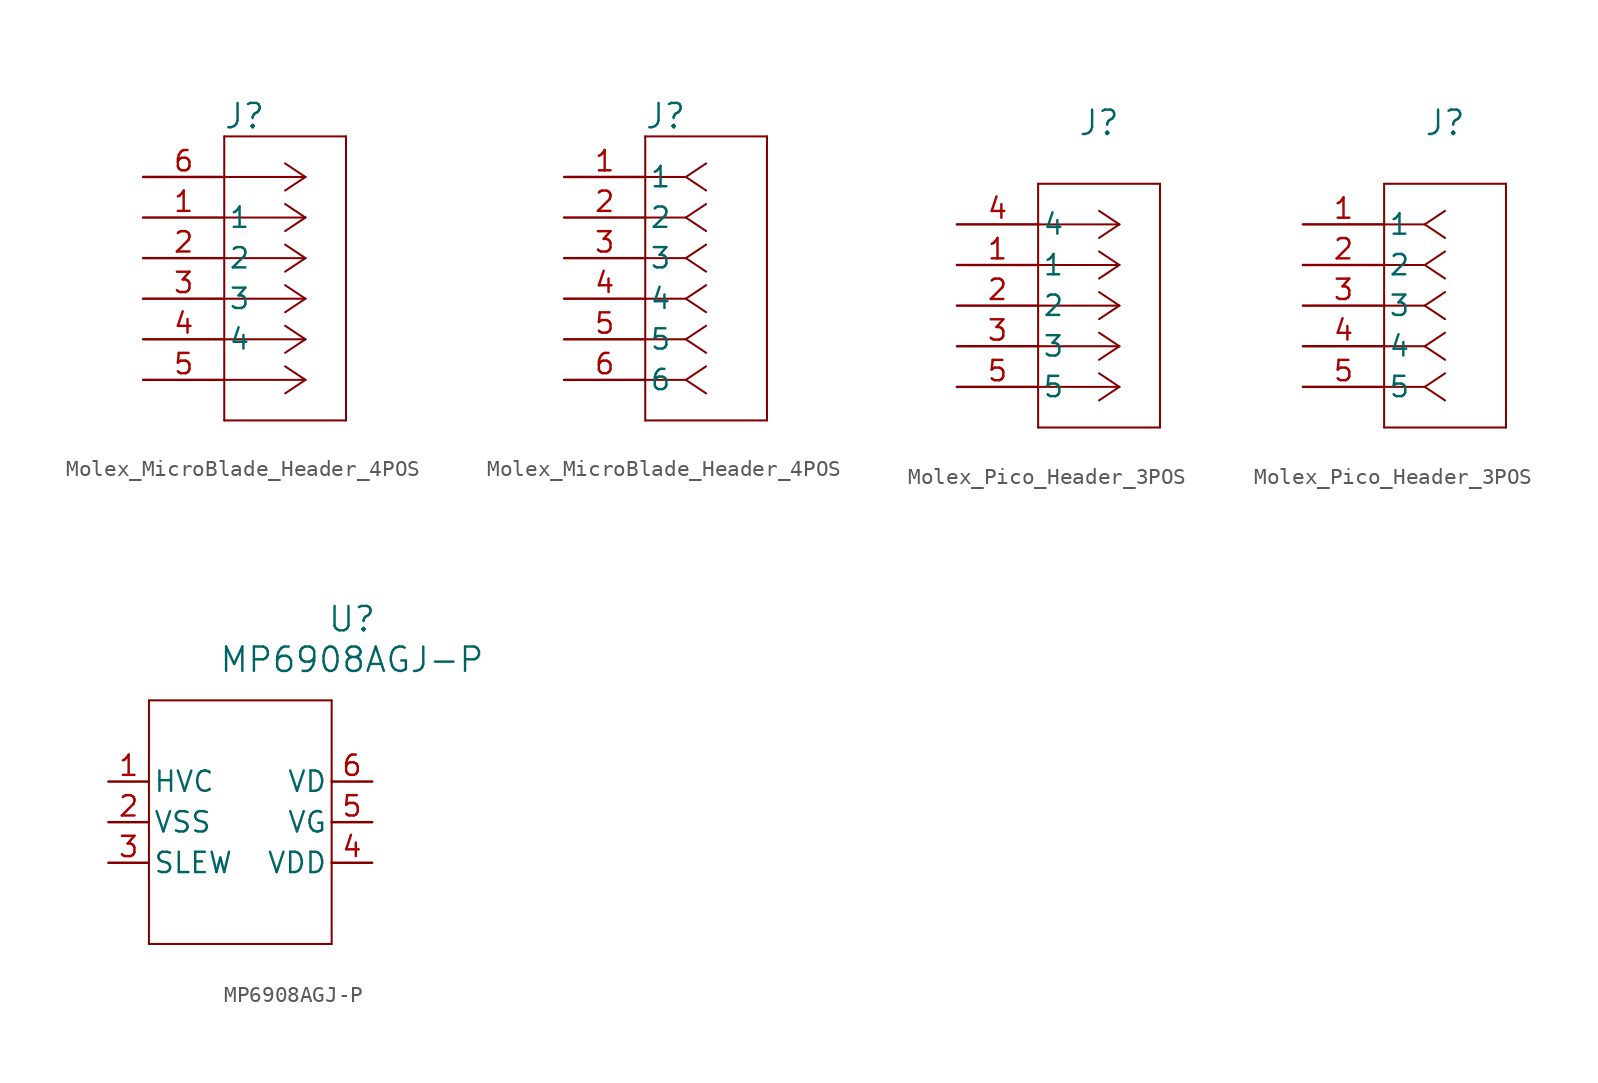
<source format=kicad_sym>
(kicad_symbol_lib
  (version 20241209)
  (generator "kicad_symbol_editor")
  (generator_version "9.0")
  (symbol "Molex_MicroBlade_Header_4POS"
    (pin_names
      (offset 0.254))
    (property "Reference" "J"
      (at 6.35 3.81 0)
      (effects (font (size 1.524 1.524))))
    (property "ki_locked" ""
      (at 0 0 0)
      (effects (font (size 1.27 1.27))))
    (symbol "Molex_MicroBlade_Header_4POS_1_1"
      (polyline (pts (xy 5.08 2.54) (xy 5.08 -15.24)) (stroke (width 0.127) (type default)) (fill (type none)))
      (polyline (pts (xy 5.08 -15.24) (xy 12.7 -15.24)) (stroke (width 0.127) (type default)) (fill (type none)))
      (polyline (pts (xy 10.16 0) (xy 5.08 0)) (stroke (width 0.127) (type default)) (fill (type none)))
      (polyline (pts (xy 10.16 0) (xy 8.89 0.847)) (stroke (width 0.127) (type default)) (fill (type none)))
      (polyline (pts (xy 10.16 0) (xy 8.89 -0.847)) (stroke (width 0.127) (type default)) (fill (type none)))
      (polyline (pts (xy 10.16 -2.54) (xy 5.08 -2.54)) (stroke (width 0.127) (type default)) (fill (type none)))
      (polyline (pts (xy 10.16 -2.54) (xy 8.89 -1.693)) (stroke (width 0.127) (type default)) (fill (type none)))
      (polyline (pts (xy 10.16 -2.54) (xy 8.89 -3.387)) (stroke (width 0.127) (type default)) (fill (type none)))
      (polyline (pts (xy 10.16 -5.08) (xy 5.08 -5.08)) (stroke (width 0.127) (type default)) (fill (type none)))
      (polyline (pts (xy 10.16 -5.08) (xy 8.89 -4.233)) (stroke (width 0.127) (type default)) (fill (type none)))
      (polyline (pts (xy 10.16 -5.08) (xy 8.89 -5.927)) (stroke (width 0.127) (type default)) (fill (type none)))
      (polyline (pts (xy 10.16 -7.62) (xy 5.08 -7.62)) (stroke (width 0.127) (type default)) (fill (type none)))
      (polyline (pts (xy 10.16 -7.62) (xy 8.89 -6.773)) (stroke (width 0.127) (type default)) (fill (type none)))
      (polyline (pts (xy 10.16 -7.62) (xy 8.89 -8.467)) (stroke (width 0.127) (type default)) (fill (type none)))
      (polyline (pts (xy 10.16 -10.16) (xy 5.08 -10.16)) (stroke (width 0.127) (type default)) (fill (type none)))
      (polyline (pts (xy 10.16 -10.16) (xy 8.89 -9.313)) (stroke (width 0.127) (type default)) (fill (type none)))
      (polyline (pts (xy 10.16 -10.16) (xy 8.89 -11.007)) (stroke (width 0.127) (type default)) (fill (type none)))
      (polyline (pts (xy 10.16 -12.7) (xy 5.08 -12.7)) (stroke (width 0.127) (type default)) (fill (type none)))
      (polyline (pts (xy 10.16 -12.7) (xy 8.89 -11.853)) (stroke (width 0.127) (type default)) (fill (type none)))
      (polyline (pts (xy 10.16 -12.7) (xy 8.89 -13.547)) (stroke (width 0.127) (type default)) (fill (type none)))
      (polyline (pts (xy 12.7 2.54) (xy 5.08 2.54)) (stroke (width 0.127) (type default)) (fill (type none)))
      (polyline (pts (xy 12.7 -15.24) (xy 12.7 2.54)) (stroke (width 0.127) (type default)) (fill (type none)))
      (pin unspecified line (at 0 0 0) (length 5.08) (name "" (effects (font (size 1.27 1.27)))) (number "6" (effects (font (size 1.27 1.27)))))
      (pin unspecified line (at 0 -2.54 0) (length 5.08) (name "1" (effects (font (size 1.27 1.27)))) (number "1" (effects (font (size 1.27 1.27)))))
      (pin unspecified line (at 0 -5.08 0) (length 5.08) (name "2" (effects (font (size 1.27 1.27)))) (number "2" (effects (font (size 1.27 1.27)))))
      (pin unspecified line (at 0 -7.62 0) (length 5.08) (name "3" (effects (font (size 1.27 1.27)))) (number "3" (effects (font (size 1.27 1.27)))))
      (pin unspecified line (at 0 -10.16 0) (length 5.08) (name "4" (effects (font (size 1.27 1.27)))) (number "4" (effects (font (size 1.27 1.27)))))
      (pin unspecified line (at 0 -12.7 0) (length 5.08) (name "" (effects (font (size 1.27 1.27)))) (number "5" (effects (font (size 1.27 1.27))))))
    (symbol "Molex_MicroBlade_Header_4POS_1_2"
      (polyline (pts (xy 5.08 2.54) (xy 5.08 -15.24)) (stroke (width 0.127) (type default)) (fill (type none)))
      (polyline (pts (xy 5.08 -15.24) (xy 12.7 -15.24)) (stroke (width 0.127) (type default)) (fill (type none)))
      (polyline (pts (xy 7.62 0) (xy 5.08 0)) (stroke (width 0.127) (type default)) (fill (type none)))
      (polyline (pts (xy 7.62 0) (xy 8.89 0.847)) (stroke (width 0.127) (type default)) (fill (type none)))
      (polyline (pts (xy 7.62 0) (xy 8.89 -0.847)) (stroke (width 0.127) (type default)) (fill (type none)))
      (polyline (pts (xy 7.62 -2.54) (xy 5.08 -2.54)) (stroke (width 0.127) (type default)) (fill (type none)))
      (polyline (pts (xy 7.62 -2.54) (xy 8.89 -1.693)) (stroke (width 0.127) (type default)) (fill (type none)))
      (polyline (pts (xy 7.62 -2.54) (xy 8.89 -3.387)) (stroke (width 0.127) (type default)) (fill (type none)))
      (polyline (pts (xy 7.62 -5.08) (xy 5.08 -5.08)) (stroke (width 0.127) (type default)) (fill (type none)))
      (polyline (pts (xy 7.62 -5.08) (xy 8.89 -4.233)) (stroke (width 0.127) (type default)) (fill (type none)))
      (polyline (pts (xy 7.62 -5.08) (xy 8.89 -5.927)) (stroke (width 0.127) (type default)) (fill (type none)))
      (polyline (pts (xy 7.62 -7.62) (xy 5.08 -7.62)) (stroke (width 0.127) (type default)) (fill (type none)))
      (polyline (pts (xy 7.62 -7.62) (xy 8.89 -6.773)) (stroke (width 0.127) (type default)) (fill (type none)))
      (polyline (pts (xy 7.62 -7.62) (xy 8.89 -8.467)) (stroke (width 0.127) (type default)) (fill (type none)))
      (polyline (pts (xy 7.62 -10.16) (xy 5.08 -10.16)) (stroke (width 0.127) (type default)) (fill (type none)))
      (polyline (pts (xy 7.62 -10.16) (xy 8.89 -9.313)) (stroke (width 0.127) (type default)) (fill (type none)))
      (polyline (pts (xy 7.62 -10.16) (xy 8.89 -11.007)) (stroke (width 0.127) (type default)) (fill (type none)))
      (polyline (pts (xy 7.62 -12.7) (xy 5.08 -12.7)) (stroke (width 0.127) (type default)) (fill (type none)))
      (polyline (pts (xy 7.62 -12.7) (xy 8.89 -11.853)) (stroke (width 0.127) (type default)) (fill (type none)))
      (polyline (pts (xy 7.62 -12.7) (xy 8.89 -13.547)) (stroke (width 0.127) (type default)) (fill (type none)))
      (polyline (pts (xy 12.7 2.54) (xy 5.08 2.54)) (stroke (width 0.127) (type default)) (fill (type none)))
      (polyline (pts (xy 12.7 -15.24) (xy 12.7 2.54)) (stroke (width 0.127) (type default)) (fill (type none)))
      (pin unspecified line (at 0 0 0) (length 5.08) (name "1" (effects (font (size 1.27 1.27)))) (number "1" (effects (font (size 1.27 1.27)))))
      (pin unspecified line (at 0 -2.54 0) (length 5.08) (name "2" (effects (font (size 1.27 1.27)))) (number "2" (effects (font (size 1.27 1.27)))))
      (pin unspecified line (at 0 -5.08 0) (length 5.08) (name "3" (effects (font (size 1.27 1.27)))) (number "3" (effects (font (size 1.27 1.27)))))
      (pin unspecified line (at 0 -7.62 0) (length 5.08) (name "4" (effects (font (size 1.27 1.27)))) (number "4" (effects (font (size 1.27 1.27)))))
      (pin unspecified line (at 0 -10.16 0) (length 5.08) (name "5" (effects (font (size 1.27 1.27)))) (number "5" (effects (font (size 1.27 1.27)))))
      (pin unspecified line (at 0 -12.7 0) (length 5.08) (name "6" (effects (font (size 1.27 1.27)))) (number "6" (effects (font (size 1.27 1.27)))))))
  (symbol "Molex_Pico_Header_3POS"
    (pin_names
      (offset 0.254))
    (property "Reference" "J"
      (at 8.89 6.35 0)
      (effects (font (size 1.524 1.524))))
    (property "Value" ""
      (at -1.27 7.62 0)
      (effects (font (size 1.524 1.524))))
    (property "ki_locked" ""
      (at 0 0 0)
      (effects (font (size 1.27 1.27))))
    (symbol "Molex_Pico_Header_3POS_1_1"
      (polyline (pts (xy 5.08 2.54) (xy 5.08 -12.7)) (stroke (width 0.127) (type default)) (fill (type none)))
      (polyline (pts (xy 5.08 -12.7) (xy 12.7 -12.7)) (stroke (width 0.127) (type default)) (fill (type none)))
      (polyline (pts (xy 10.16 0) (xy 5.08 0)) (stroke (width 0.127) (type default)) (fill (type none)))
      (polyline (pts (xy 10.16 0) (xy 8.89 0.847)) (stroke (width 0.127) (type default)) (fill (type none)))
      (polyline (pts (xy 10.16 0) (xy 8.89 -0.847)) (stroke (width 0.127) (type default)) (fill (type none)))
      (polyline (pts (xy 10.16 -2.54) (xy 5.08 -2.54)) (stroke (width 0.127) (type default)) (fill (type none)))
      (polyline (pts (xy 10.16 -2.54) (xy 8.89 -1.693)) (stroke (width 0.127) (type default)) (fill (type none)))
      (polyline (pts (xy 10.16 -2.54) (xy 8.89 -3.387)) (stroke (width 0.127) (type default)) (fill (type none)))
      (polyline (pts (xy 10.16 -5.08) (xy 5.08 -5.08)) (stroke (width 0.127) (type default)) (fill (type none)))
      (polyline (pts (xy 10.16 -5.08) (xy 8.89 -4.233)) (stroke (width 0.127) (type default)) (fill (type none)))
      (polyline (pts (xy 10.16 -5.08) (xy 8.89 -5.927)) (stroke (width 0.127) (type default)) (fill (type none)))
      (polyline (pts (xy 10.16 -7.62) (xy 5.08 -7.62)) (stroke (width 0.127) (type default)) (fill (type none)))
      (polyline (pts (xy 10.16 -7.62) (xy 8.89 -6.773)) (stroke (width 0.127) (type default)) (fill (type none)))
      (polyline (pts (xy 10.16 -7.62) (xy 8.89 -8.467)) (stroke (width 0.127) (type default)) (fill (type none)))
      (polyline (pts (xy 10.16 -10.16) (xy 5.08 -10.16)) (stroke (width 0.127) (type default)) (fill (type none)))
      (polyline (pts (xy 10.16 -10.16) (xy 8.89 -9.313)) (stroke (width 0.127) (type default)) (fill (type none)))
      (polyline (pts (xy 10.16 -10.16) (xy 8.89 -11.007)) (stroke (width 0.127) (type default)) (fill (type none)))
      (polyline (pts (xy 12.7 2.54) (xy 5.08 2.54)) (stroke (width 0.127) (type default)) (fill (type none)))
      (polyline (pts (xy 12.7 -12.7) (xy 12.7 2.54)) (stroke (width 0.127) (type default)) (fill (type none)))
      (pin bidirectional line (at 0 0 0) (length 5.08) (name "4" (effects (font (size 1.27 1.27)))) (number "4" (effects (font (size 1.27 1.27)))))
      (pin bidirectional line (at 0 -2.54 0) (length 5.08) (name "1" (effects (font (size 1.27 1.27)))) (number "1" (effects (font (size 1.27 1.27)))))
      (pin bidirectional line (at 0 -5.08 0) (length 5.08) (name "2" (effects (font (size 1.27 1.27)))) (number "2" (effects (font (size 1.27 1.27)))))
      (pin bidirectional line (at 0 -7.62 0) (length 5.08) (name "3" (effects (font (size 1.27 1.27)))) (number "3" (effects (font (size 1.27 1.27)))))
      (pin bidirectional line (at 0 -10.16 0) (length 5.08) (name "5" (effects (font (size 1.27 1.27)))) (number "5" (effects (font (size 1.27 1.27))))))
    (symbol "Molex_Pico_Header_3POS_1_2"
      (polyline (pts (xy 5.08 2.54) (xy 5.08 -12.7)) (stroke (width 0.127) (type default)) (fill (type none)))
      (polyline (pts (xy 5.08 -12.7) (xy 12.7 -12.7)) (stroke (width 0.127) (type default)) (fill (type none)))
      (polyline (pts (xy 7.62 0) (xy 5.08 0)) (stroke (width 0.127) (type default)) (fill (type none)))
      (polyline (pts (xy 7.62 0) (xy 8.89 0.847)) (stroke (width 0.127) (type default)) (fill (type none)))
      (polyline (pts (xy 7.62 0) (xy 8.89 -0.847)) (stroke (width 0.127) (type default)) (fill (type none)))
      (polyline (pts (xy 7.62 -2.54) (xy 5.08 -2.54)) (stroke (width 0.127) (type default)) (fill (type none)))
      (polyline (pts (xy 7.62 -2.54) (xy 8.89 -1.693)) (stroke (width 0.127) (type default)) (fill (type none)))
      (polyline (pts (xy 7.62 -2.54) (xy 8.89 -3.387)) (stroke (width 0.127) (type default)) (fill (type none)))
      (polyline (pts (xy 7.62 -5.08) (xy 5.08 -5.08)) (stroke (width 0.127) (type default)) (fill (type none)))
      (polyline (pts (xy 7.62 -5.08) (xy 8.89 -4.233)) (stroke (width 0.127) (type default)) (fill (type none)))
      (polyline (pts (xy 7.62 -5.08) (xy 8.89 -5.927)) (stroke (width 0.127) (type default)) (fill (type none)))
      (polyline (pts (xy 7.62 -7.62) (xy 5.08 -7.62)) (stroke (width 0.127) (type default)) (fill (type none)))
      (polyline (pts (xy 7.62 -7.62) (xy 8.89 -6.773)) (stroke (width 0.127) (type default)) (fill (type none)))
      (polyline (pts (xy 7.62 -7.62) (xy 8.89 -8.467)) (stroke (width 0.127) (type default)) (fill (type none)))
      (polyline (pts (xy 7.62 -10.16) (xy 5.08 -10.16)) (stroke (width 0.127) (type default)) (fill (type none)))
      (polyline (pts (xy 7.62 -10.16) (xy 8.89 -9.313)) (stroke (width 0.127) (type default)) (fill (type none)))
      (polyline (pts (xy 7.62 -10.16) (xy 8.89 -11.007)) (stroke (width 0.127) (type default)) (fill (type none)))
      (polyline (pts (xy 12.7 2.54) (xy 5.08 2.54)) (stroke (width 0.127) (type default)) (fill (type none)))
      (polyline (pts (xy 12.7 -12.7) (xy 12.7 2.54)) (stroke (width 0.127) (type default)) (fill (type none)))
      (pin unspecified line (at 0 0 0) (length 5.08) (name "1" (effects (font (size 1.27 1.27)))) (number "1" (effects (font (size 1.27 1.27)))))
      (pin unspecified line (at 0 -2.54 0) (length 5.08) (name "2" (effects (font (size 1.27 1.27)))) (number "2" (effects (font (size 1.27 1.27)))))
      (pin unspecified line (at 0 -5.08 0) (length 5.08) (name "3" (effects (font (size 1.27 1.27)))) (number "3" (effects (font (size 1.27 1.27)))))
      (pin unspecified line (at 0 -7.62 0) (length 5.08) (name "4" (effects (font (size 1.27 1.27)))) (number "4" (effects (font (size 1.27 1.27)))))
      (pin unspecified line (at 0 -10.16 0) (length 5.08) (name "5" (effects (font (size 1.27 1.27)))) (number "5" (effects (font (size 1.27 1.27)))))))
  (symbol "MP6908AGJ-P"
    (pin_names
      (offset 0.254))
    (property "Reference" "U"
      (at 20.32 10.16 0)
      (effects (font (size 1.524 1.524))))
    (property "Value" "MP6908AGJ-P"
      (at 20.32 7.62 0)
      (effects (font (size 1.524 1.524))))
    (symbol "MP6908AGJ-P_0_1"
      (polyline (pts (xy 7.62 5.08) (xy 7.62 -10.16)) (stroke (width 0.127) (type default)) (fill (type none)))
      (polyline (pts (xy 7.62 -10.16) (xy 19.05 -10.16)) (stroke (width 0.127) (type default)) (fill (type none)))
      (polyline (pts (xy 19.05 5.08) (xy 7.62 5.08)) (stroke (width 0.127) (type default)) (fill (type none)))
      (polyline (pts (xy 19.05 -10.16) (xy 19.05 5.08)) (stroke (width 0.127) (type default)) (fill (type none))))
    (symbol "MP6908AGJ-P_1_1"
      (pin input line (at 5.08 0 0) (length 2.54) (name "HVC" (effects (font (size 1.27 1.27)))) (number "1" (effects (font (size 1.27 1.27)))))
      (pin power_out line (at 5.08 -2.54 0) (length 2.54) (name "VSS" (effects (font (size 1.27 1.27)))) (number "2" (effects (font (size 1.27 1.27)))))
      (pin unspecified line (at 5.08 -5.08 0) (length 2.54) (name "SLEW" (effects (font (size 1.27 1.27)))) (number "3" (effects (font (size 1.27 1.27)))))
      (pin unspecified line (at 21.59 0 180) (length 2.54) (name "VD" (effects (font (size 1.27 1.27)))) (number "6" (effects (font (size 1.27 1.27)))))
      (pin output line (at 21.59 -2.54 180) (length 2.54) (name "VG" (effects (font (size 1.27 1.27)))) (number "5" (effects (font (size 1.27 1.27)))))
      (pin output line (at 21.59 -5.08 180) (length 2.54) (name "VDD" (effects (font (size 1.27 1.27)))) (number "4" (effects (font (size 1.27 1.27))))))))
</source>
